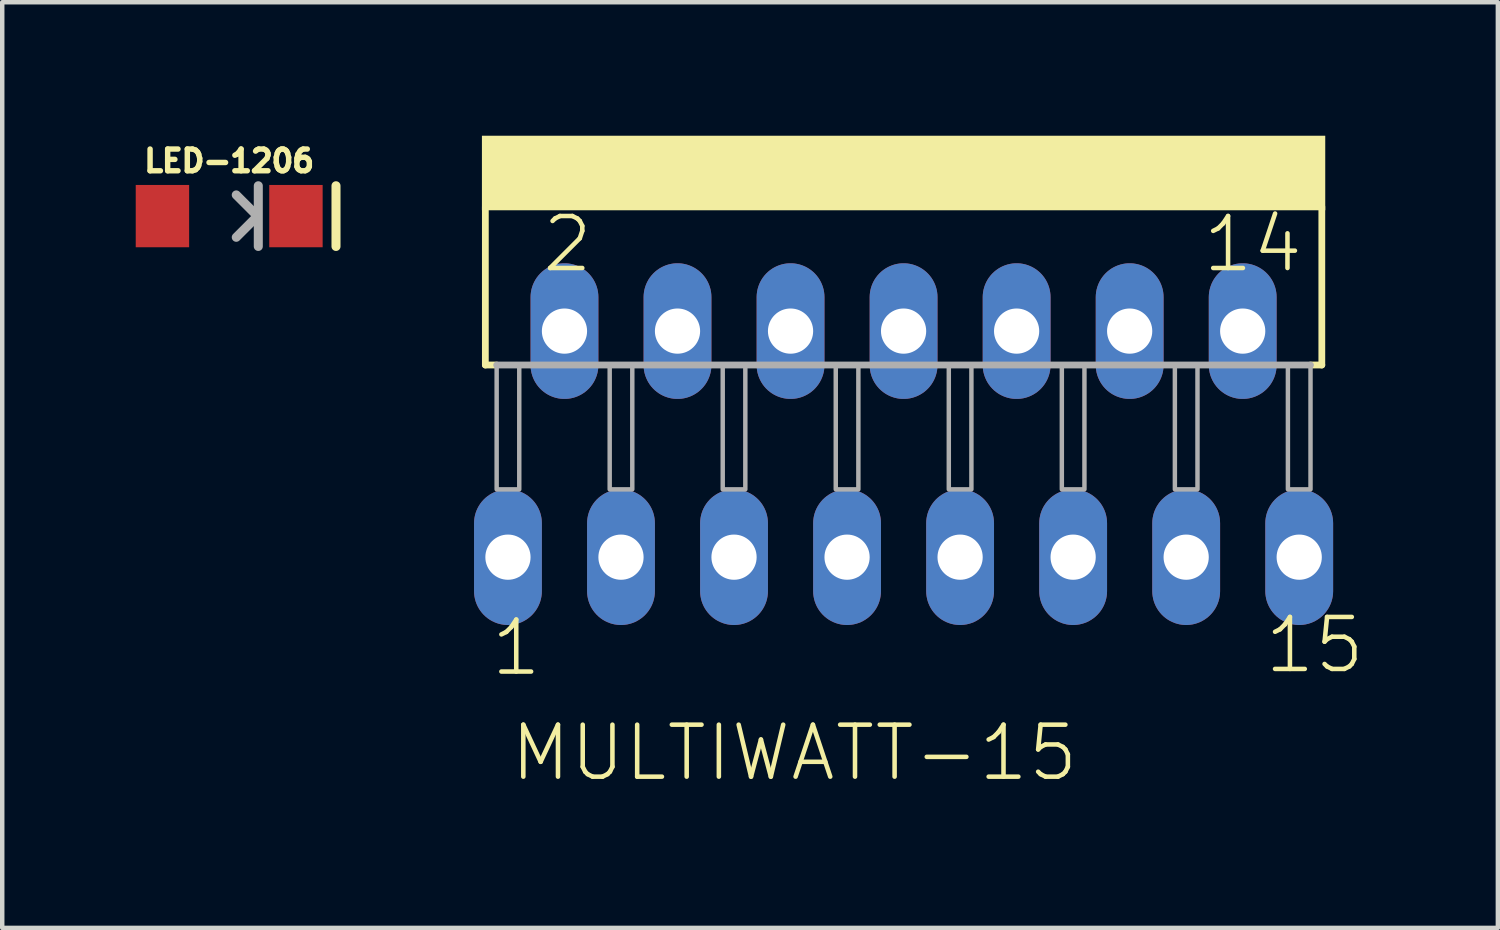
<source format=kicad_pcb>
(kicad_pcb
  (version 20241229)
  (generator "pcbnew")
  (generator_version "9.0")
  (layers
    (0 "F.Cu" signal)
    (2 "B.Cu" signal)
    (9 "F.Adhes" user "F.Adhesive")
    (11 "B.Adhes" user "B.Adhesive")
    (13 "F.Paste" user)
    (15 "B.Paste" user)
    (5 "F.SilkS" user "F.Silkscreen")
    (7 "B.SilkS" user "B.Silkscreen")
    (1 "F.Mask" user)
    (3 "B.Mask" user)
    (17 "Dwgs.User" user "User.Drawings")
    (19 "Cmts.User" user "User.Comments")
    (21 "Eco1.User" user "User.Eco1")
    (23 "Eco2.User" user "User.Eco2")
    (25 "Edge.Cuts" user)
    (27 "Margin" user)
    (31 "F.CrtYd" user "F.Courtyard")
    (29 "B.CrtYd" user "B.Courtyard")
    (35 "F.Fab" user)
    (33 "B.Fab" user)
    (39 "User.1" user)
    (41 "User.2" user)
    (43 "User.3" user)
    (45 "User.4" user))
  (footprint "MULTIWATT-15"
    (layer "F.Cu")
    (at 17.254 1.85)
    (property "Reference" "MULTIWATT-15" (at -8.89 12.7 0) (layer "F.SilkS") (effects (font (size 1.168 1.168) (thickness 0.102)) (justify left bottom)))
    (fp_line (start -9.398 -0.254) (end -9.398 3.302) (stroke (width 0.152) (type solid)) (layer "F.SilkS"))
    (fp_line (start -9.398 3.302) (end -9.144 3.302) (stroke (width 0.152) (type solid)) (layer "F.SilkS"))
    (fp_line (start 9.144 3.302) (end 9.398 3.302) (stroke (width 0.152) (type solid)) (layer "F.SilkS"))
    (fp_line (start 9.398 -0.254) (end 9.398 3.302) (stroke (width 0.152) (type solid)) (layer "F.SilkS"))
    (fp_poly (pts (xy -9.475 -0.175) (xy 9.475 -0.175) (xy 9.475 -1.85) (xy -9.475 -1.85)) (stroke (width 0) (type solid)) (fill yes) (layer "F.SilkS"))
    (fp_line (start -9.144 3.302) (end 9.144 3.302) (stroke (width 0.152) (type solid)) (layer "F.Fab"))
    (fp_poly (pts (xy -9.144 6.096) (xy -8.636 6.096) (xy -8.636 3.302) (xy -9.144 3.302)) (stroke (width 0.1) (type solid)) (fill no) (layer "F.Fab"))
    (fp_poly (pts (xy -6.604 6.096) (xy -6.096 6.096) (xy -6.096 3.302) (xy -6.604 3.302)) (stroke (width 0.1) (type solid)) (fill no) (layer "F.Fab"))
    (fp_poly (pts (xy -4.064 6.096) (xy -3.556 6.096) (xy -3.556 3.302) (xy -4.064 3.302)) (stroke (width 0.1) (type solid)) (fill no) (layer "F.Fab"))
    (fp_poly (pts (xy -1.524 6.096) (xy -1.016 6.096) (xy -1.016 3.302) (xy -1.524 3.302)) (stroke (width 0.1) (type solid)) (fill no) (layer "F.Fab"))
    (fp_poly (pts (xy 1.016 6.096) (xy 1.524 6.096) (xy 1.524 3.302) (xy 1.016 3.302)) (stroke (width 0.1) (type solid)) (fill no) (layer "F.Fab"))
    (fp_poly (pts (xy 3.556 6.096) (xy 4.064 6.096) (xy 4.064 3.302) (xy 3.556 3.302)) (stroke (width 0.1) (type solid)) (fill no) (layer "F.Fab"))
    (fp_poly (pts (xy 6.096 6.096) (xy 6.604 6.096) (xy 6.604 3.302) (xy 6.096 3.302)) (stroke (width 0.1) (type solid)) (fill no) (layer "F.Fab"))
    (fp_poly (pts (xy 8.636 6.096) (xy 9.144 6.096) (xy 9.144 3.302) (xy 8.636 3.302)) (stroke (width 0.1) (type solid)) (fill no) (layer "F.Fab"))
    (fp_text user "2" (at -8.177 1.27 0) (layer "F.SilkS") (effects (font (size 1.168 1.168) (thickness 0.102)) (justify left bottom)))
    (fp_text user "14" (at 6.668 1.27 0) (layer "F.SilkS") (effects (font (size 1.168 1.168) (thickness 0.102)) (justify left bottom)))
    (fp_text user "15" (at 8.058 10.279 0) (layer "F.SilkS") (effects (font (size 1.168 1.168) (thickness 0.102)) (justify left bottom)))
    (fp_text user "1" (at -9.327 10.338 0) (layer "F.SilkS") (effects (font (size 1.168 1.168) (thickness 0.102)) (justify left bottom)))
    (pad "1" thru_hole oval (at -8.89 7.62 90) (size 3.048 1.524) (drill 1.016) (layers "*.Cu" "*.Mask"))
    (pad "2" thru_hole oval (at -7.62 2.54 90) (size 3.048 1.524) (drill 1.016) (layers "*.Cu" "*.Mask"))
    (pad "3" thru_hole oval (at -6.35 7.62 90) (size 3.048 1.524) (drill 1.016) (layers "*.Cu" "*.Mask"))
    (pad "4" thru_hole oval (at -5.08 2.54 90) (size 3.048 1.524) (drill 1.016) (layers "*.Cu" "*.Mask"))
    (pad "5" thru_hole oval (at -3.81 7.62 90) (size 3.048 1.524) (drill 1.016) (layers "*.Cu" "*.Mask"))
    (pad "6" thru_hole oval (at -2.54 2.54 90) (size 3.048 1.524) (drill 1.016) (layers "*.Cu" "*.Mask"))
    (pad "7" thru_hole oval (at -1.27 7.62 90) (size 3.048 1.524) (drill 1.016) (layers "*.Cu" "*.Mask"))
    (pad "8" thru_hole oval (at 0 2.54 90) (size 3.048 1.524) (drill 1.016) (layers "*.Cu" "*.Mask"))
    (pad "9" thru_hole oval (at 1.27 7.62 90) (size 3.048 1.524) (drill 1.016) (layers "*.Cu" "*.Mask"))
    (pad "10" thru_hole oval (at 2.54 2.54 90) (size 3.048 1.524) (drill 1.016) (layers "*.Cu" "*.Mask"))
    (pad "11" thru_hole oval (at 3.81 7.62 90) (size 3.048 1.524) (drill 1.016) (layers "*.Cu" "*.Mask"))
    (pad "12" thru_hole oval (at 5.08 2.54 90) (size 3.048 1.524) (drill 1.016) (layers "*.Cu" "*.Mask"))
    (pad "13" thru_hole oval (at 6.35 7.62 90) (size 3.048 1.524) (drill 1.016) (layers "*.Cu" "*.Mask"))
    (pad "14" thru_hole oval (at 7.62 2.54 90) (size 3.048 1.524) (drill 1.016) (layers "*.Cu" "*.Mask"))
    (pad "15" thru_hole oval (at 8.89 7.62 90) (size 3.048 1.524) (drill 1.016) (layers "*.Cu" "*.Mask")))
  (footprint "LED-1206"
    (layer "F.Cu")
    (at 2.1 1.806)
    (property "Reference" "LED-1206" (at 0 -0.953 0) (layer "F.SilkS") (effects (font (size 0.488 0.488) (thickness 0.122)) (justify bottom)))
    (fp_line (start 2.4 -0.682) (end 2.4 0.682) (stroke (width 0.203) (type solid)) (layer "F.SilkS"))
    (fp_line (start 0.635 0) (end 0.159 -0.476) (stroke (width 0.203) (type solid)) (layer "F.Fab"))
    (fp_line (start 0.635 0) (end 0.159 0.476) (stroke (width 0.203) (type solid)) (layer "F.Fab"))
    (fp_line (start 0.654 -0.682) (end 0.654 0.682) (stroke (width 0.203) (type solid)) (layer "F.Fab"))
    (pad "A" smd rect (at -1.5 0) (size 1.2 1.4) (layers "F.Cu" "F.Mask" "F.Paste"))
    (pad "C" smd rect (at 1.5 0) (size 1.2 1.4) (layers "F.Cu" "F.Mask" "F.Paste")))
  (gr_rect
    (start -3 -3)
    (end 30.608 17.8)
    (stroke (width 0.1) (type default))
    (fill no)
    (layer "Edge.Cuts")))
</source>
